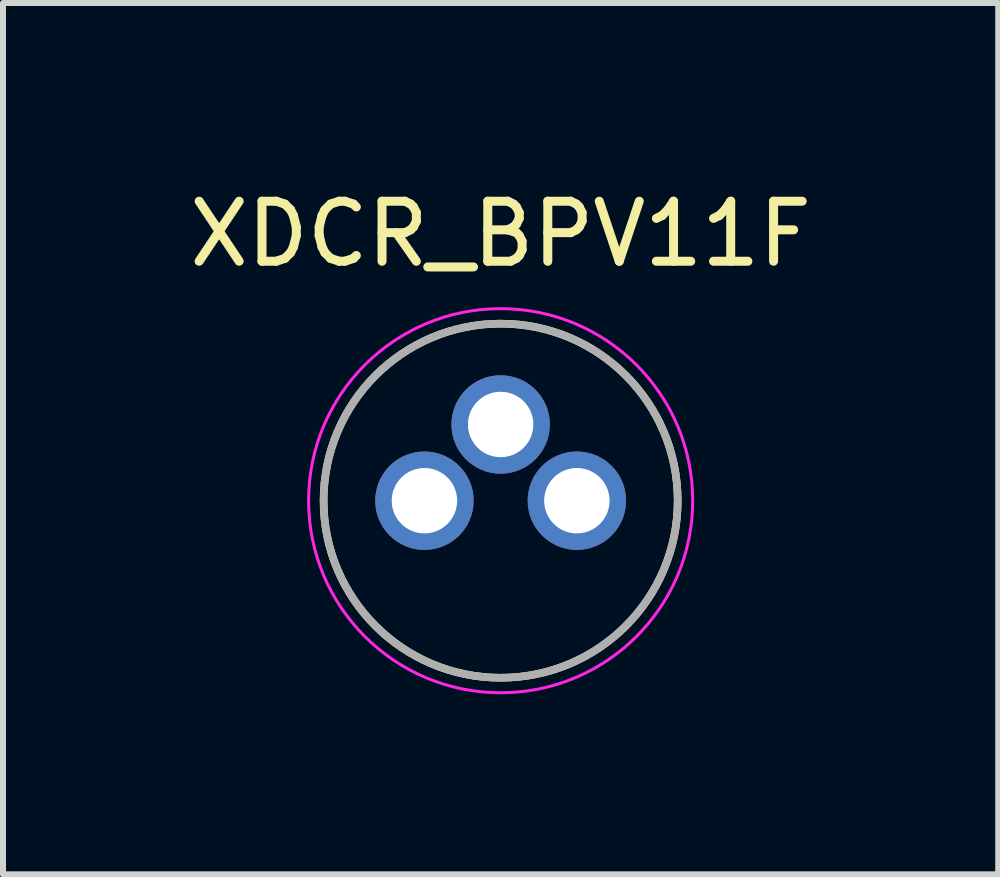
<source format=kicad_pcb>
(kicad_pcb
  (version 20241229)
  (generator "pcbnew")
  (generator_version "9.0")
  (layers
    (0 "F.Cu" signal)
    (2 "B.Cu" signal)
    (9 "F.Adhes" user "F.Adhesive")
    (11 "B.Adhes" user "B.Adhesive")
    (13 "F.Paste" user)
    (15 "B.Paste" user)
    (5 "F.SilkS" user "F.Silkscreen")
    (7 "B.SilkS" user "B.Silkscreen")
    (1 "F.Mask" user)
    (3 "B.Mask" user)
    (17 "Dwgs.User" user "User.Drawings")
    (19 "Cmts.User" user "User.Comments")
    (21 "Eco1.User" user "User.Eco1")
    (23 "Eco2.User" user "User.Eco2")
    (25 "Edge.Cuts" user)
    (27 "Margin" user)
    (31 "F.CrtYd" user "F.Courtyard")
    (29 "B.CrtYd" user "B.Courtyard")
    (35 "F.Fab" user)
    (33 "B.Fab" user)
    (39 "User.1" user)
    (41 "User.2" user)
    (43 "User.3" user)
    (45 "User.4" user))
  (footprint "XDCR_BPV11F"
    (layer "F.Cu")
    (at 5.292 5.293)
    (property "Reference" "XDCR_BPV11F" (at 0 -4.445 0) (layer "F.SilkS") (effects (font (size 1 1) (thickness 0.15))))
    (attr through_hole)
    (fp_circle (center 0 0) (end 2.95 0) (stroke (width 0.127) (type solid)) (fill no) (layer "F.SilkS"))
    (fp_circle (center 0 0) (end 3.2 0) (stroke (width 0.05) (type solid)) (fill no) (layer "F.CrtYd"))
    (fp_circle (center 0 0) (end 2.95 0) (stroke (width 0.127) (type solid)) (fill no) (layer "F.Fab"))
    (pad "B" thru_hole circle (at 1.27 0) (size 1.64 1.64) (drill 1.09) (layers "*.Cu" "*.Mask"))
    (pad "C" thru_hole circle (at 0 -1.27) (size 1.64 1.64) (drill 1.09) (layers "*.Cu" "*.Mask"))
    (pad "E" thru_hole circle (at -1.27 0) (size 1.64 1.64) (drill 1.09) (layers "*.Cu" "*.Mask")))
  (gr_rect
    (start -3 -3)
    (end 13.583 11.518)
    (stroke (width 0.1) (type default))
    (fill no)
    (layer "Edge.Cuts")))
</source>
